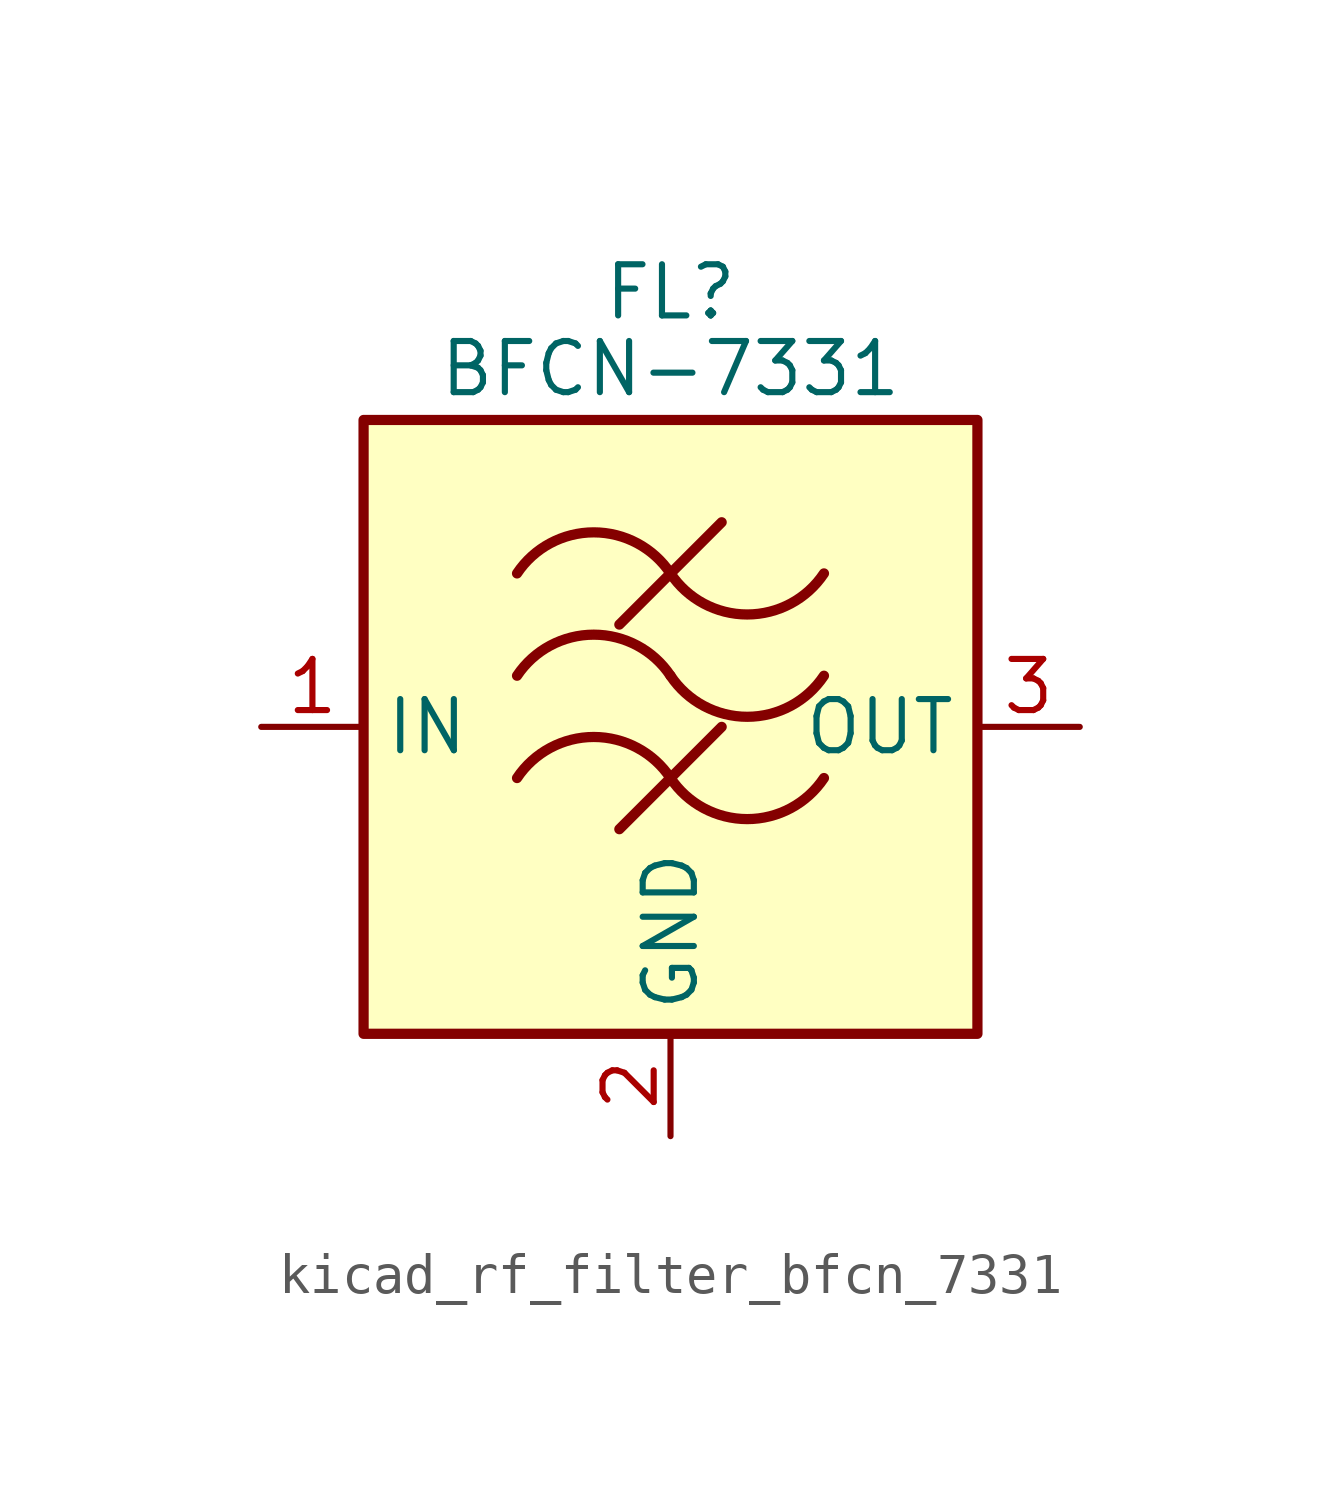
<source format=kicad_sym>
(kicad_symbol_lib
  (version 20220914)
  (generator kicad_symbol_editor)
  (symbol "kicad_rf_filter_bfcn_7331"
    (property "Reference" "FL"
      (at 0 10.795 0)
      (effects (font (size 1.27 1.27))))
    (property "Value" "BFCN-7331"
      (at 0 8.89 0)
      (effects (font (size 1.27 1.27))))
    (symbol "kicad_rf_filter_bfcn_7331_0_1"
      (rectangle (start -7.62 7.62) (end 7.62 -7.62) (stroke (width 0.254) (type default)) (fill (type background)))
      (arc (start 0 -1.27) (mid -1.905 -0.2505) (end -3.81 -1.27) (stroke (width 0.254) (type default)) (fill (type none)))
      (arc (start 0 -1.27) (mid 1.905 -2.2895) (end 3.81 -1.27) (stroke (width 0.254) (type default)) (fill (type none)))
      (polyline (pts (xy -1.27 -2.54) (xy 1.27 0)) (stroke (width 0.254) (type default)) (fill (type none)))
      (polyline (pts (xy -1.27 2.54) (xy 1.27 5.08)) (stroke (width 0.254) (type default)) (fill (type none)))
      (arc (start 0 1.27) (mid -1.905 2.2895) (end -3.81 1.27) (stroke (width 0.254) (type default)) (fill (type none)))
      (arc (start 0 1.27) (mid 1.905 0.2505) (end 3.81 1.27) (stroke (width 0.254) (type default)) (fill (type none)))
      (arc (start 0 3.81) (mid -1.905 4.8295) (end -3.81 3.81) (stroke (width 0.254) (type default)) (fill (type none)))
      (arc (start 0 3.81) (mid 1.905 2.7905) (end 3.81 3.81) (stroke (width 0.254) (type default)) (fill (type none))))
    (symbol "kicad_rf_filter_bfcn_7331_1_1"
      (pin passive line (at -10.16 0 0) (length 2.54) (name "IN" (effects (font (size 1.27 1.27)))) (number "1" (effects (font (size 1.27 1.27)))))
      (pin passive line (at 0 -10.16 90) (length 2.54) (name "GND" (effects (font (size 1.27 1.27)))) (number "2" (effects (font (size 1.27 1.27)))))
      (pin passive line (at 10.16 0 180) (length 2.54) (name "OUT" (effects (font (size 1.27 1.27)))) (number "3" (effects (font (size 1.27 1.27)))))
      (pin passive line (at 0 -10.16 90) (length 2.54) hide (name "GND" (effects (font (size 1.27 1.27)))) (number "4" (effects (font (size 1.27 1.27))))))))
</source>
